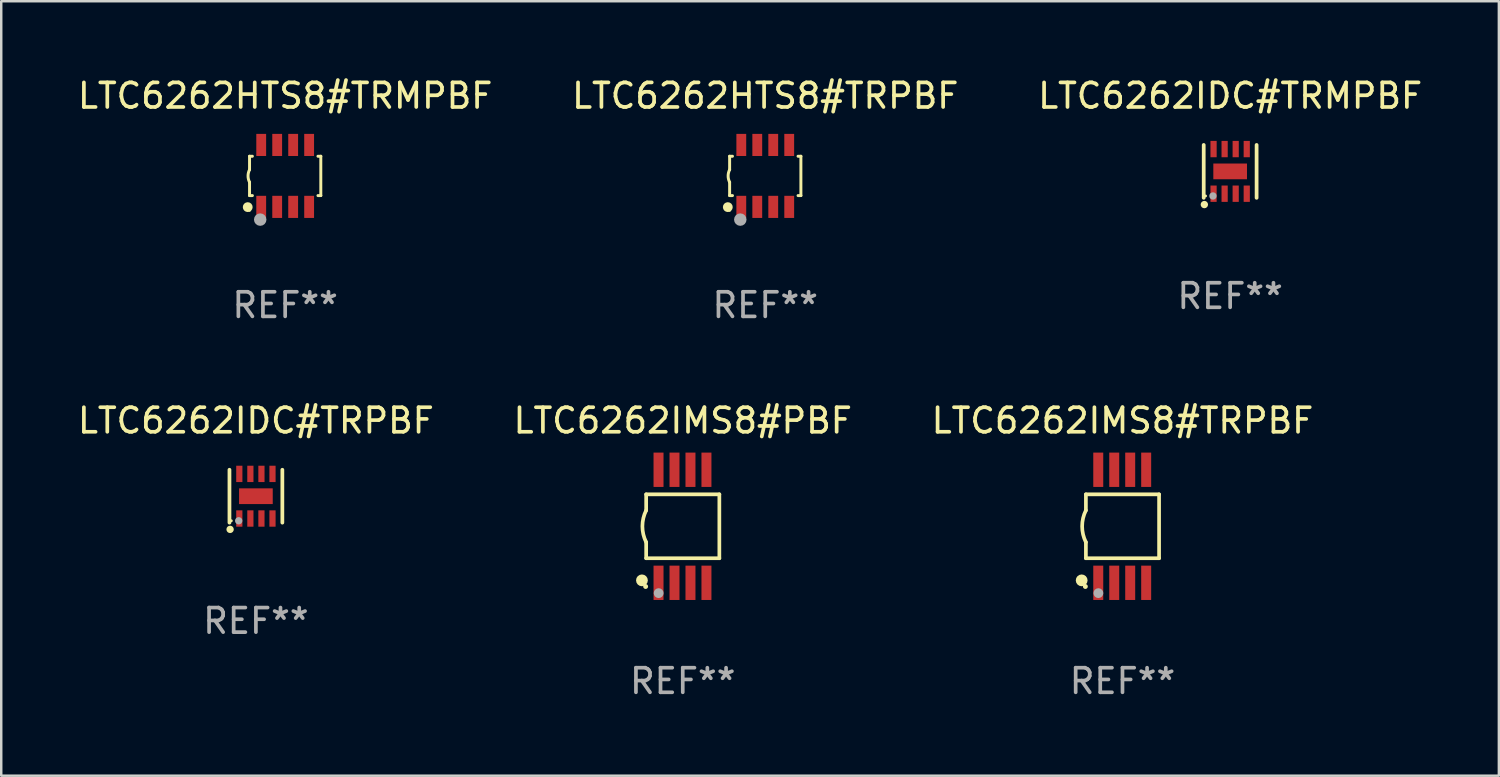
<source format=kicad_pcb>
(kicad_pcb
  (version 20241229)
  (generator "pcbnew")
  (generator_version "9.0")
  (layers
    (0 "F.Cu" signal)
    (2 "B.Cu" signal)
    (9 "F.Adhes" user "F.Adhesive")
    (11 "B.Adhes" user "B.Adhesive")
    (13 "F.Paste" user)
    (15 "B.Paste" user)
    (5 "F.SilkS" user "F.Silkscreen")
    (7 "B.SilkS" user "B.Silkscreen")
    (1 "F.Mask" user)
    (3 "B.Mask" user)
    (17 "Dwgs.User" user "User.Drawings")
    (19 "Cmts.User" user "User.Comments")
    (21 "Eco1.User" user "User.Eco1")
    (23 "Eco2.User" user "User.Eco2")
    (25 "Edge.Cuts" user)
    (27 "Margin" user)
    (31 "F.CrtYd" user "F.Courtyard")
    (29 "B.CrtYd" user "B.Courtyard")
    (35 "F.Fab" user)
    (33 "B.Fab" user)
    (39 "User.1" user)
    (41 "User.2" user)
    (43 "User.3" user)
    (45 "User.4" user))
  (footprint "LTC6262IDC#TRMPBF"
    (layer "F.Cu")
    (at 47.006 3.924)
    (property "Reference" "LTC6262IDC#TRMPBF" (at 0 -3.076 0) (layer "F.SilkS") (effects (font (size 1 1) (thickness 0.15))))
    (attr through_hole)
    (fp_line (start -1.076 1.076) (end -1.076 -1.076) (stroke (width 0.152) (type solid)) (layer "F.SilkS"))
    (fp_line (start 1.076 1.076) (end 1.076 -1.076) (stroke (width 0.152) (type solid)) (layer "F.SilkS"))
    (fp_circle (center -1.05 1.35) (end -0.975 1.35) (stroke (width 0.15) (type solid)) (fill no) (layer "F.SilkS"))
    (fp_circle (center -1 1) (end -0.97 1) (stroke (width 0.06) (type solid)) (fill no) (layer "F.SilkS"))
    (fp_circle (center -0.7 1) (end -0.625 1) (stroke (width 0.15) (type solid)) (fill no) (layer "F.Fab"))
    (fp_text user "REF**" (at 0 5.076 0) (layer "F.Fab") (effects (font (size 1 1) (thickness 0.15))))
    (pad "1" smd rect (at -0.675 0.908) (size 0.252 0.665) (layers "F.Cu" "F.Mask" "F.Paste"))
    (pad "2" smd rect (at -0.225 0.908) (size 0.252 0.665) (layers "F.Cu" "F.Mask" "F.Paste"))
    (pad "3" smd rect (at 0.225 0.908) (size 0.252 0.665) (layers "F.Cu" "F.Mask" "F.Paste"))
    (pad "4" smd rect (at 0.675 0.908) (size 0.252 0.665) (layers "F.Cu" "F.Mask" "F.Paste"))
    (pad "5" smd rect (at 0.675 -0.908) (size 0.252 0.665) (layers "F.Cu" "F.Mask" "F.Paste"))
    (pad "6" smd rect (at 0.225 -0.908) (size 0.252 0.665) (layers "F.Cu" "F.Mask" "F.Paste"))
    (pad "7" smd rect (at -0.225 -0.908) (size 0.252 0.665) (layers "F.Cu" "F.Mask" "F.Paste"))
    (pad "8" smd rect (at -0.675 -0.908) (size 0.252 0.665) (layers "F.Cu" "F.Mask" "F.Paste"))
    (pad "9" smd rect (at 0 0) (size 1.37 0.64) (layers "F.Cu" "F.Mask" "F.Paste")))
  (footprint "LTC6262IMS8#TRPBF"
    (layer "F.Cu")
    (at 42.625 18.365)
    (property "Reference" "LTC6262IMS8#TRPBF" (at 0 -4.3 0) (layer "F.SilkS") (effects (font (size 1 1) (thickness 0.15))))
    (attr through_hole)
    (fp_line (start -1.489 -1.3) (end -1.489 -0.648) (stroke (width 0.15) (type solid)) (layer "F.SilkS"))
    (fp_line (start -1.489 0.648) (end -1.489 1.3) (stroke (width 0.15) (type solid)) (layer "F.SilkS"))
    (fp_line (start -1.489 1.3) (end 1.489 1.3) (stroke (width 0.15) (type solid)) (layer "F.SilkS"))
    (fp_line (start 1.489 -1.3) (end -1.489 -1.3) (stroke (width 0.15) (type solid)) (layer "F.SilkS"))
    (fp_line (start 1.489 1.3) (end 1.489 -1.3) (stroke (width 0.15) (type solid)) (layer "F.SilkS"))
    (fp_arc (start -1.489205 0.647702) (mid -1.642107 0) (end -1.489205 -0.647701) (stroke (width 0.150013) (type solid)) (layer "F.SilkS"))
    (fp_circle (center -1.661 2.2) (end -1.541 2.2) (stroke (width 0.24) (type solid)) (fill no) (layer "F.SilkS"))
    (fp_circle (center -1.511 2.45) (end -1.461 2.45) (stroke (width 0.1) (type solid)) (fill no) (layer "F.SilkS"))
    (fp_circle (center -0.981 2.72) (end -0.881 2.72) (stroke (width 0.2) (type solid)) (fill no) (layer "F.Fab"))
    (fp_text user "REF**" (at 0 6.3 0) (layer "F.Fab") (effects (font (size 1 1) (thickness 0.15))))
    (pad "1" smd rect (at -0.986 2.3) (size 0.406 1.397) (layers "F.Cu" "F.Mask" "F.Paste"))
    (pad "2" smd rect (at -0.336 2.3) (size 0.406 1.397) (layers "F.Cu" "F.Mask" "F.Paste"))
    (pad "3" smd rect (at 0.314 2.3) (size 0.406 1.397) (layers "F.Cu" "F.Mask" "F.Paste"))
    (pad "4" smd rect (at 0.964 2.3) (size 0.406 1.397) (layers "F.Cu" "F.Mask" "F.Paste"))
    (pad "5" smd rect (at 0.964 -2.3) (size 0.406 1.397) (layers "F.Cu" "F.Mask" "F.Paste"))
    (pad "6" smd rect (at 0.314 -2.3) (size 0.406 1.397) (layers "F.Cu" "F.Mask" "F.Paste"))
    (pad "7" smd rect (at -0.336 -2.3) (size 0.406 1.397) (layers "F.Cu" "F.Mask" "F.Paste"))
    (pad "8" smd rect (at -0.986 -2.3) (size 0.406 1.397) (layers "F.Cu" "F.Mask" "F.Paste")))
  (footprint "LTC6262HTS8#TRMPBF"
    (layer "F.Cu")
    (at 8.554 4.108)
    (property "Reference" "LTC6262HTS8#TRMPBF" (at 0 -3.26 0) (layer "F.SilkS") (effects (font (size 1 1) (thickness 0.15))))
    (attr through_hole)
    (fp_line (start -1.45 -0.8) (end -1.45 -0.254) (stroke (width 0.12) (type solid)) (layer "F.SilkS"))
    (fp_line (start -1.45 -0.8) (end -1.334 -0.8) (stroke (width 0.12) (type solid)) (layer "F.SilkS"))
    (fp_line (start -1.45 0.8) (end -1.45 0.254) (stroke (width 0.12) (type solid)) (layer "F.SilkS"))
    (fp_line (start -1.45 0.8) (end -1.334 0.8) (stroke (width 0.12) (type solid)) (layer "F.SilkS"))
    (fp_line (start 1.334 -0.8) (end 1.45 -0.8) (stroke (width 0.12) (type solid)) (layer "F.SilkS"))
    (fp_line (start 1.334 0.8) (end 1.45 0.8) (stroke (width 0.12) (type solid)) (layer "F.SilkS"))
    (fp_line (start 1.45 0.8) (end 1.45 -0.8) (stroke (width 0.12) (type solid)) (layer "F.SilkS"))
    (fp_arc (start -1.45075 0.255144) (mid -1.510605 0.000434) (end -1.450013 -0.254102) (stroke (width 0.11999) (type solid)) (layer "F.SilkS"))
    (fp_circle (center -1.524 1.27) (end -1.424 1.27) (stroke (width 0.2) (type solid)) (fill no) (layer "F.SilkS"))
    (fp_circle (center -1.45 1.4) (end -1.42 1.4) (stroke (width 0.06) (type solid)) (fill no) (layer "F.SilkS"))
    (fp_circle (center -1.016 1.778) (end -0.889 1.778) (stroke (width 0.254) (type solid)) (fill no) (layer "F.Fab"))
    (fp_text user "REF**" (at 0 5.26 0) (layer "F.Fab") (effects (font (size 1 1) (thickness 0.15))))
    (pad "1" smd rect (at -0.975 1.26) (size 0.4 0.9) (layers "F.Cu" "F.Mask" "F.Paste"))
    (pad "2" smd rect (at -0.325 1.26) (size 0.4 0.9) (layers "F.Cu" "F.Mask" "F.Paste"))
    (pad "3" smd rect (at 0.325 1.26) (size 0.4 0.9) (layers "F.Cu" "F.Mask" "F.Paste"))
    (pad "4" smd rect (at 0.975 1.26) (size 0.4 0.9) (layers "F.Cu" "F.Mask" "F.Paste"))
    (pad "5" smd rect (at 0.975 -1.26) (size 0.4 0.9) (layers "F.Cu" "F.Mask" "F.Paste"))
    (pad "6" smd rect (at 0.325 -1.26) (size 0.4 0.9) (layers "F.Cu" "F.Mask" "F.Paste"))
    (pad "7" smd rect (at -0.325 -1.26) (size 0.4 0.9) (layers "F.Cu" "F.Mask" "F.Paste"))
    (pad "8" smd rect (at -0.975 -1.26) (size 0.4 0.9) (layers "F.Cu" "F.Mask" "F.Paste")))
  (footprint "LTC6262IDC#TRPBF"
    (layer "F.Cu")
    (at 7.363 17.141)
    (property "Reference" "LTC6262IDC#TRPBF" (at 0 -3.076 0) (layer "F.SilkS") (effects (font (size 1 1) (thickness 0.15))))
    (attr through_hole)
    (fp_line (start -1.076 1.076) (end -1.076 -1.076) (stroke (width 0.152) (type solid)) (layer "F.SilkS"))
    (fp_line (start 1.076 1.076) (end 1.076 -1.076) (stroke (width 0.152) (type solid)) (layer "F.SilkS"))
    (fp_circle (center -1.05 1.35) (end -0.975 1.35) (stroke (width 0.15) (type solid)) (fill no) (layer "F.SilkS"))
    (fp_circle (center -1 1) (end -0.97 1) (stroke (width 0.06) (type solid)) (fill no) (layer "F.SilkS"))
    (fp_circle (center -0.7 1) (end -0.625 1) (stroke (width 0.15) (type solid)) (fill no) (layer "F.Fab"))
    (fp_text user "REF**" (at 0 5.076 0) (layer "F.Fab") (effects (font (size 1 1) (thickness 0.15))))
    (pad "1" smd rect (at -0.675 0.908) (size 0.252 0.665) (layers "F.Cu" "F.Mask" "F.Paste"))
    (pad "2" smd rect (at -0.225 0.908) (size 0.252 0.665) (layers "F.Cu" "F.Mask" "F.Paste"))
    (pad "3" smd rect (at 0.225 0.908) (size 0.252 0.665) (layers "F.Cu" "F.Mask" "F.Paste"))
    (pad "4" smd rect (at 0.675 0.908) (size 0.252 0.665) (layers "F.Cu" "F.Mask" "F.Paste"))
    (pad "5" smd rect (at 0.675 -0.908) (size 0.252 0.665) (layers "F.Cu" "F.Mask" "F.Paste"))
    (pad "6" smd rect (at 0.225 -0.908) (size 0.252 0.665) (layers "F.Cu" "F.Mask" "F.Paste"))
    (pad "7" smd rect (at -0.225 -0.908) (size 0.252 0.665) (layers "F.Cu" "F.Mask" "F.Paste"))
    (pad "8" smd rect (at -0.675 -0.908) (size 0.252 0.665) (layers "F.Cu" "F.Mask" "F.Paste"))
    (pad "9" smd rect (at 0 0) (size 1.37 0.64) (layers "F.Cu" "F.Mask" "F.Paste")))
  (footprint "LTC6262HTS8#TRPBF"
    (layer "F.Cu")
    (at 28.089 4.108)
    (property "Reference" "LTC6262HTS8#TRPBF" (at 0 -3.26 0) (layer "F.SilkS") (effects (font (size 1 1) (thickness 0.15))))
    (attr through_hole)
    (fp_line (start -1.45 -0.8) (end -1.45 -0.254) (stroke (width 0.12) (type solid)) (layer "F.SilkS"))
    (fp_line (start -1.45 -0.8) (end -1.334 -0.8) (stroke (width 0.12) (type solid)) (layer "F.SilkS"))
    (fp_line (start -1.45 0.8) (end -1.45 0.254) (stroke (width 0.12) (type solid)) (layer "F.SilkS"))
    (fp_line (start -1.45 0.8) (end -1.334 0.8) (stroke (width 0.12) (type solid)) (layer "F.SilkS"))
    (fp_line (start 1.334 -0.8) (end 1.45 -0.8) (stroke (width 0.12) (type solid)) (layer "F.SilkS"))
    (fp_line (start 1.334 0.8) (end 1.45 0.8) (stroke (width 0.12) (type solid)) (layer "F.SilkS"))
    (fp_line (start 1.45 0.8) (end 1.45 -0.8) (stroke (width 0.12) (type solid)) (layer "F.SilkS"))
    (fp_arc (start -1.45075 0.255144) (mid -1.510605 0.000434) (end -1.450013 -0.254102) (stroke (width 0.11999) (type solid)) (layer "F.SilkS"))
    (fp_circle (center -1.524 1.27) (end -1.424 1.27) (stroke (width 0.2) (type solid)) (fill no) (layer "F.SilkS"))
    (fp_circle (center -1.45 1.4) (end -1.42 1.4) (stroke (width 0.06) (type solid)) (fill no) (layer "F.SilkS"))
    (fp_circle (center -1.016 1.778) (end -0.889 1.778) (stroke (width 0.254) (type solid)) (fill no) (layer "F.Fab"))
    (fp_text user "REF**" (at 0 5.26 0) (layer "F.Fab") (effects (font (size 1 1) (thickness 0.15))))
    (pad "1" smd rect (at -0.975 1.26) (size 0.4 0.9) (layers "F.Cu" "F.Mask" "F.Paste"))
    (pad "2" smd rect (at -0.325 1.26) (size 0.4 0.9) (layers "F.Cu" "F.Mask" "F.Paste"))
    (pad "3" smd rect (at 0.325 1.26) (size 0.4 0.9) (layers "F.Cu" "F.Mask" "F.Paste"))
    (pad "4" smd rect (at 0.975 1.26) (size 0.4 0.9) (layers "F.Cu" "F.Mask" "F.Paste"))
    (pad "5" smd rect (at 0.975 -1.26) (size 0.4 0.9) (layers "F.Cu" "F.Mask" "F.Paste"))
    (pad "6" smd rect (at 0.325 -1.26) (size 0.4 0.9) (layers "F.Cu" "F.Mask" "F.Paste"))
    (pad "7" smd rect (at -0.325 -1.26) (size 0.4 0.9) (layers "F.Cu" "F.Mask" "F.Paste"))
    (pad "8" smd rect (at -0.975 -1.26) (size 0.4 0.9) (layers "F.Cu" "F.Mask" "F.Paste")))
  (footprint "LTC6262IMS8#PBF"
    (layer "F.Cu")
    (at 24.732 18.365)
    (property "Reference" "LTC6262IMS8#PBF" (at 0 -4.3 0) (layer "F.SilkS") (effects (font (size 1 1) (thickness 0.15))))
    (attr through_hole)
    (fp_line (start -1.489 -1.3) (end -1.489 -0.648) (stroke (width 0.15) (type solid)) (layer "F.SilkS"))
    (fp_line (start -1.489 0.648) (end -1.489 1.3) (stroke (width 0.15) (type solid)) (layer "F.SilkS"))
    (fp_line (start -1.489 1.3) (end 1.489 1.3) (stroke (width 0.15) (type solid)) (layer "F.SilkS"))
    (fp_line (start 1.489 -1.3) (end -1.489 -1.3) (stroke (width 0.15) (type solid)) (layer "F.SilkS"))
    (fp_line (start 1.489 1.3) (end 1.489 -1.3) (stroke (width 0.15) (type solid)) (layer "F.SilkS"))
    (fp_arc (start -1.489205 0.647702) (mid -1.642107 0) (end -1.489205 -0.647701) (stroke (width 0.150013) (type solid)) (layer "F.SilkS"))
    (fp_circle (center -1.661 2.2) (end -1.541 2.2) (stroke (width 0.24) (type solid)) (fill no) (layer "F.SilkS"))
    (fp_circle (center -1.511 2.45) (end -1.461 2.45) (stroke (width 0.1) (type solid)) (fill no) (layer "F.SilkS"))
    (fp_circle (center -0.981 2.72) (end -0.881 2.72) (stroke (width 0.2) (type solid)) (fill no) (layer "F.Fab"))
    (fp_text user "REF**" (at 0 6.3 0) (layer "F.Fab") (effects (font (size 1 1) (thickness 0.15))))
    (pad "1" smd rect (at -0.986 2.3) (size 0.406 1.397) (layers "F.Cu" "F.Mask" "F.Paste"))
    (pad "2" smd rect (at -0.336 2.3) (size 0.406 1.397) (layers "F.Cu" "F.Mask" "F.Paste"))
    (pad "3" smd rect (at 0.314 2.3) (size 0.406 1.397) (layers "F.Cu" "F.Mask" "F.Paste"))
    (pad "4" smd rect (at 0.964 2.3) (size 0.406 1.397) (layers "F.Cu" "F.Mask" "F.Paste"))
    (pad "5" smd rect (at 0.964 -2.3) (size 0.406 1.397) (layers "F.Cu" "F.Mask" "F.Paste"))
    (pad "6" smd rect (at 0.314 -2.3) (size 0.406 1.397) (layers "F.Cu" "F.Mask" "F.Paste"))
    (pad "7" smd rect (at -0.336 -2.3) (size 0.406 1.397) (layers "F.Cu" "F.Mask" "F.Paste"))
    (pad "8" smd rect (at -0.986 -2.3) (size 0.406 1.397) (layers "F.Cu" "F.Mask" "F.Paste")))
  (gr_rect
    (start -3 -3)
    (end 57.94 28.513)
    (stroke (width 0.1) (type default))
    (fill no)
    (layer "Edge.Cuts")))
</source>
